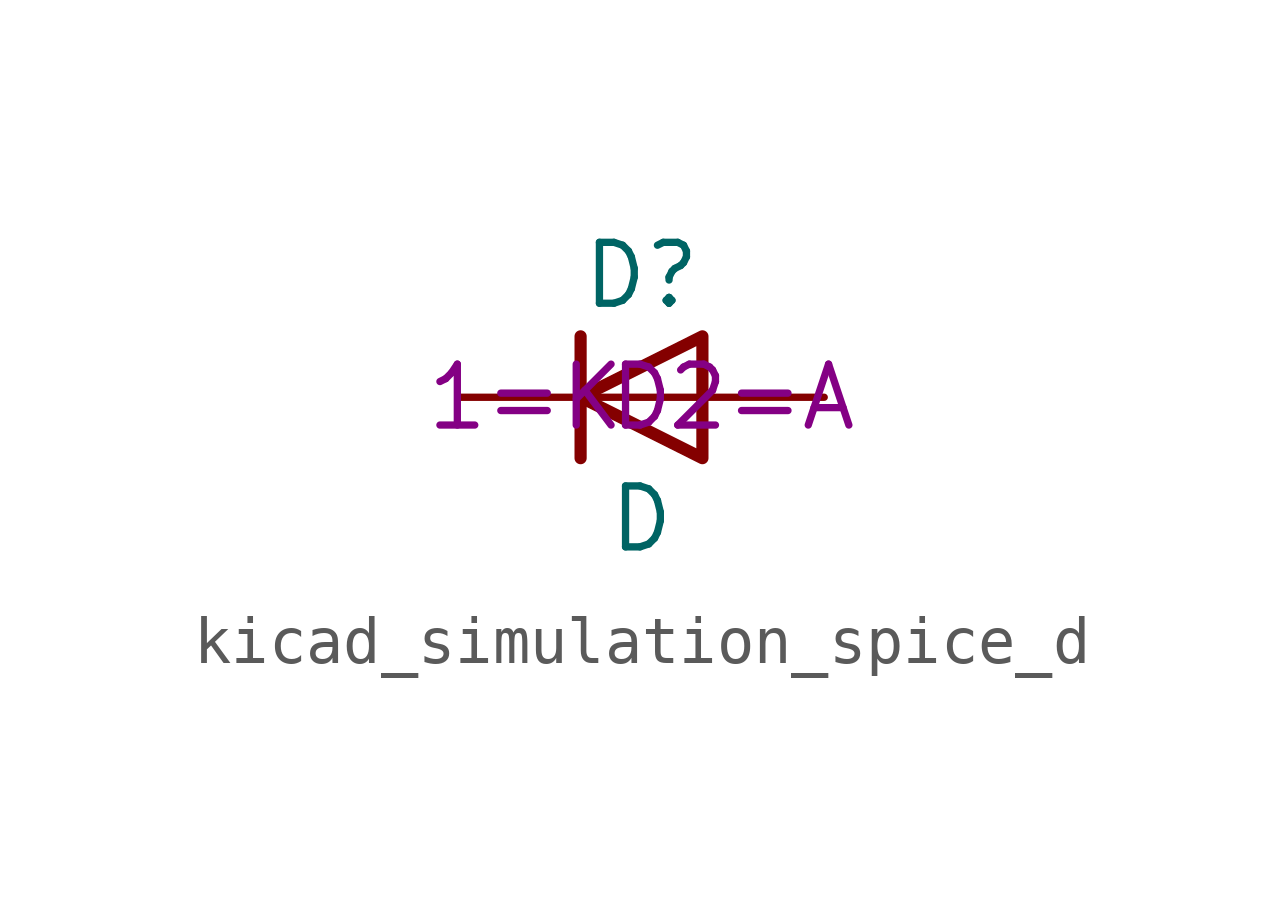
<source format=kicad_sym>
(kicad_symbol_lib
  (version 20220914)
  (generator kicad_symbol_editor)
  (symbol "kicad_simulation_spice_d"
    (pin_numbers hide)
    (pin_names
      (offset 1.016) hide)
    (property "Reference" "D"
      (at 0 2.54 0)
      (effects (font (size 1.27 1.27))))
    (property "Value" "D"
      (at 0 -2.54 0)
      (effects (font (size 1.27 1.27))))
    (property "Sim.Device" "D"
      (at 0 0 0)
      (effects (font (size 1.27 1.27))))
    (property "Sim.Pins" "1=K 2=A"
      (at 0 0 0)
      (effects (font (size 1.27 1.27))))
    (symbol "kicad_simulation_spice_d_0_1"
      (polyline (pts (xy -1.27 1.27) (xy -1.27 -1.27)) (stroke (width 0.254) (type default)) (fill (type none)))
      (polyline (pts (xy 1.27 0) (xy -1.27 0)) (stroke (width 0) (type default)) (fill (type none)))
      (polyline (pts (xy 1.27 1.27) (xy 1.27 -1.27) (xy -1.27 0) (xy 1.27 1.27)) (stroke (width 0.254) (type default)) (fill (type none))))
    (symbol "kicad_simulation_spice_d_1_1"
      (pin passive line (at -3.81 0 0) (length 2.54) (name "K" (effects (font (size 1.27 1.27)))) (number "1" (effects (font (size 1.27 1.27)))))
      (pin passive line (at 3.81 0 180) (length 2.54) (name "A" (effects (font (size 1.27 1.27)))) (number "2" (effects (font (size 1.27 1.27))))))))
</source>
